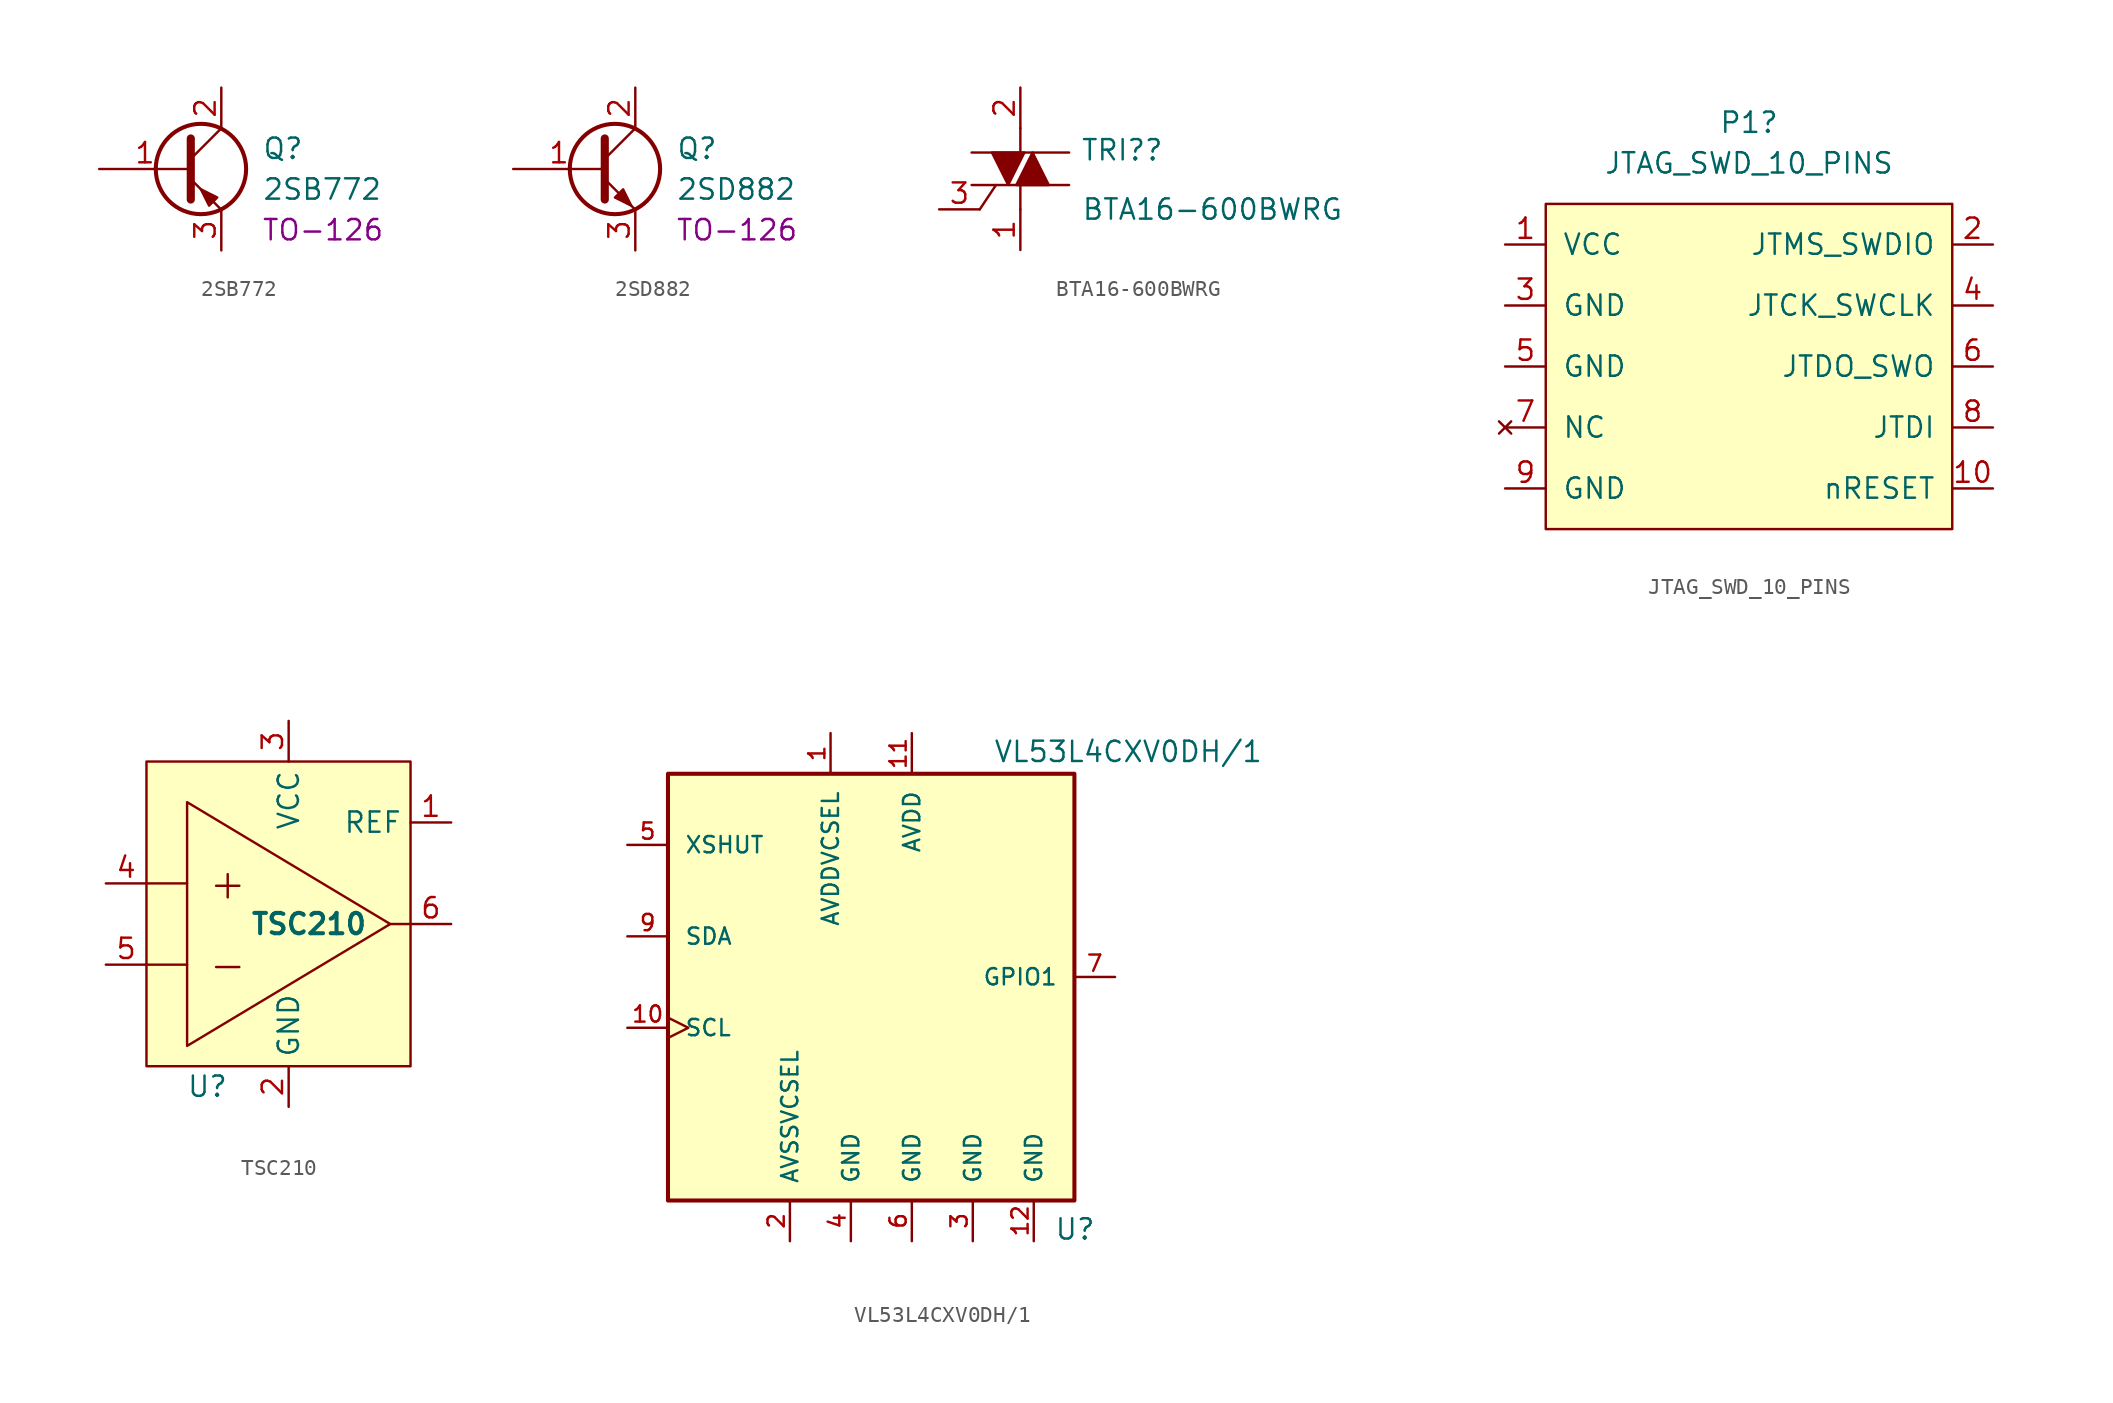
<source format=kicad_sym>
(kicad_symbol_lib
  (version 20220914)
  (generator kicad_symbol_editor)
  (symbol "2SB772"
    (pin_names
      (offset 0) hide)
    (property "Reference" "Q"
      (at 5.08 1.27 0)
      (effects (font (size 1.27 1.27)) (justify left)))
    (property "Value" "2SB772"
      (at 5.08 -1.27 0)
      (effects (font (size 1.27 1.27)) (justify left)))
    (property "Package" "TO-126"
      (at 8.89 -3.81 0)
      (effects (font (size 1.27 1.27))))
    (symbol "2SB772_0_1"
      (polyline (pts (xy 0.635 0.635) (xy 2.54 2.54)) (stroke (width 0) (type default)) (fill (type none)))
      (polyline (pts (xy 0.635 -0.635) (xy 2.54 -2.54) (xy 2.54 -2.54)) (stroke (width 0) (type default)) (fill (type none)))
      (polyline (pts (xy 0.635 1.905) (xy 0.635 -1.905) (xy 0.635 -1.905)) (stroke (width 0.508) (type default)) (fill (type none)))
      (polyline (pts (xy 2.286 -1.778) (xy 1.778 -2.286) (xy 1.27 -1.27) (xy 2.286 -1.778) (xy 2.286 -1.778)) (stroke (width 0) (type default)) (fill (type outline)))
      (circle (center 1.27 0) (radius 2.819) (stroke (width 0.254) (type default)) (fill (type none))))
    (symbol "2SB772_1_1"
      (pin input line (at -5.08 0 0) (length 5.715) (name "B" (effects (font (size 1.27 1.27)))) (number "1" (effects (font (size 1.27 1.27)))))
      (pin passive line (at 2.54 5.08 270) (length 2.54) (name "C" (effects (font (size 1.27 1.27)))) (number "2" (effects (font (size 1.27 1.27)))))
      (pin passive line (at 2.54 -5.08 90) (length 2.54) (name "E" (effects (font (size 1.27 1.27)))) (number "3" (effects (font (size 1.27 1.27)))))))
  (symbol "2SD882"
    (pin_names
      (offset 0) hide)
    (property "Reference" "Q"
      (at 5.08 1.27 0)
      (effects (font (size 1.27 1.27)) (justify left)))
    (property "Value" "2SD882"
      (at 5.08 -1.27 0)
      (effects (font (size 1.27 1.27)) (justify left)))
    (property "Package" "TO-126"
      (at 8.89 -3.81 0)
      (effects (font (size 1.27 1.27))))
    (symbol "2SD882_0_1"
      (polyline (pts (xy 0.635 0.635) (xy 2.54 2.54)) (stroke (width 0) (type default)) (fill (type none)))
      (polyline (pts (xy 0.635 -0.635) (xy 2.54 -2.54) (xy 2.54 -2.54)) (stroke (width 0) (type default)) (fill (type none)))
      (polyline (pts (xy 0.635 1.905) (xy 0.635 -1.905) (xy 0.635 -1.905)) (stroke (width 0.508) (type default)) (fill (type none)))
      (polyline (pts (xy 1.27 -1.778) (xy 1.778 -1.27) (xy 2.286 -2.286) (xy 1.27 -1.778) (xy 1.27 -1.778)) (stroke (width 0) (type default)) (fill (type outline)))
      (circle (center 1.27 0) (radius 2.819) (stroke (width 0.254) (type default)) (fill (type none))))
    (symbol "2SD882_1_1"
      (pin input line (at -5.08 0 0) (length 5.715) (name "B" (effects (font (size 1.27 1.27)))) (number "1" (effects (font (size 1.27 1.27)))))
      (pin passive line (at 2.54 5.08 270) (length 2.54) (name "C" (effects (font (size 1.27 1.27)))) (number "2" (effects (font (size 1.27 1.27)))))
      (pin passive line (at 2.54 -5.08 90) (length 2.54) (name "E" (effects (font (size 1.27 1.27)))) (number "3" (effects (font (size 1.27 1.27)))))))
  (symbol "BTA16-600BWRG"
    (pin_names
      (offset 0) hide)
    (property "Reference" "TRI?"
      (at 3.759 1.168 0)
      (effects (font (size 1.27 1.27)) (justify left)))
    (property "Value" "BTA16-600BWRG"
      (at 3.81 -2.54 0)
      (effects (font (size 1.27 1.27)) (justify left)))
    (symbol "BTA16-600BWRG_0_1"
      (polyline (pts (xy -3.048 1.016) (xy 3.048 1.016)) (stroke (width 0) (type default)) (fill (type none)))
      (polyline (pts (xy -2.54 -2.54) (xy -1.524 -1.016)) (stroke (width 0) (type default)) (fill (type none)))
      (polyline (pts (xy 0 -2.54) (xy 0 -1.016)) (stroke (width 0) (type default)) (fill (type none)))
      (polyline (pts (xy 0 2.54) (xy 0 1.016)) (stroke (width 0) (type default)) (fill (type none)))
      (polyline (pts (xy 3.048 -1.016) (xy -3.048 -1.016)) (stroke (width 0) (type default)) (fill (type none)))
      (polyline (pts (xy -0.762 -1.016) (xy -1.778 1.016) (xy 0.254 1.016) (xy -0.762 -1.016)) (stroke (width 0) (type default)) (fill (type outline)))
      (polyline (pts (xy 0.762 1.016) (xy -0.254 -1.016) (xy 1.778 -1.016) (xy 0.762 1.016)) (stroke (width 0) (type default)) (fill (type outline))))
    (symbol "BTA16-600BWRG_1_1"
      (pin passive line (at 0 -5.08 90) (length 2.54) (name "A1" (effects (font (size 1.27 1.27)))) (number "1" (effects (font (size 1.27 1.27)))))
      (pin passive line (at 0 5.08 270) (length 2.54) (name "A2" (effects (font (size 1.27 1.27)))) (number "2" (effects (font (size 1.27 1.27)))))
      (pin input line (at -5.08 -2.54 0) (length 2.54) (name "G" (effects (font (size 1.27 1.27)))) (number "3" (effects (font (size 1.27 1.27)))))))
  (symbol "JTAG_SWD_10_PINS"
    (pin_names
      (offset 1.016))
    (property "Reference" "P1"
      (at 0 15.24 0)
      (effects (font (size 1.27 1.27))))
    (property "Value" "JTAG_SWD_10_PINS"
      (at 0 12.7 0)
      (effects (font (size 1.27 1.27))))
    (symbol "JTAG_SWD_10_PINS_0_1"
      (rectangle (start -12.7 10.16) (end 12.7 -10.16) (stroke (width 0) (type default)) (fill (type background))))
    (symbol "JTAG_SWD_10_PINS_1_1"
      (pin power_in line (at -15.24 7.62 0) (length 2.54) (name "VCC" (effects (font (size 1.27 1.27)))) (number "1" (effects (font (size 1.27 1.27)))))
      (pin bidirectional line (at 15.24 -7.62 180) (length 2.54) (name "nRESET" (effects (font (size 1.27 1.27)))) (number "10" (effects (font (size 1.27 1.27)))))
      (pin bidirectional line (at 15.24 7.62 180) (length 2.54) (name "JTMS_SWDIO" (effects (font (size 1.27 1.27)))) (number "2" (effects (font (size 1.27 1.27)))))
      (pin power_in line (at -15.24 3.81 0) (length 2.54) (name "GND" (effects (font (size 1.27 1.27)))) (number "3" (effects (font (size 1.27 1.27)))))
      (pin input line (at 15.24 3.81 180) (length 2.54) (name "JTCK_SWCLK" (effects (font (size 1.27 1.27)))) (number "4" (effects (font (size 1.27 1.27)))))
      (pin power_in line (at -15.24 0 0) (length 2.54) (name "GND" (effects (font (size 1.27 1.27)))) (number "5" (effects (font (size 1.27 1.27)))))
      (pin output line (at 15.24 0 180) (length 2.54) (name "JTDO_SWO" (effects (font (size 1.27 1.27)))) (number "6" (effects (font (size 1.27 1.27)))))
      (pin no_connect line (at -15.24 -3.81 0) (length 2.54) (name "NC" (effects (font (size 1.27 1.27)))) (number "7" (effects (font (size 1.27 1.27)))))
      (pin input line (at 15.24 -3.81 180) (length 2.54) (name "JTDI" (effects (font (size 1.27 1.27)))) (number "8" (effects (font (size 1.27 1.27)))))
      (pin power_in line (at -15.24 -7.62 0) (length 2.54) (name "GND" (effects (font (size 1.27 1.27)))) (number "9" (effects (font (size 1.27 1.27)))))))
  (symbol "TSC210"
    (property "Reference" "U"
      (at -3.81 -10.16 0)
      (effects (font (size 1.27 1.27))))
    (property "Value" "TSC210"
      (at 2.54 0 0)
      (effects (font (size 1.27 1.27) bold)))
    (property "MPN" ""
      (at 0 0 0)
      (effects (font (size 1.27 1.27))))
    (property "JLC_MPN" ""
      (at 0 0 0)
      (effects (font (size 1.27 1.27))))
    (symbol "TSC210_0_0"
      (polyline (pts (xy 8.89 0) (xy 7.62 0)) (stroke (width 0) (type default)) (fill (type none)))
      (text "+" (at -2.54 2.54 0) (effects (font (size 1.905 1.905))))
      (text "-" (at -2.54 -2.54 0) (effects (font (size 1.905 1.905)))))
    (symbol "TSC210_0_1"
      (rectangle (start -7.62 10.16) (end 8.89 -8.89) (stroke (width 0) (type default)) (fill (type background)))
      (polyline (pts (xy -7.62 -2.54) (xy -5.08 -2.54)) (stroke (width 0) (type default)) (fill (type none)))
      (polyline (pts (xy -7.62 2.54) (xy -5.08 2.54)) (stroke (width 0) (type default)) (fill (type none)))
      (polyline (pts (xy -5.08 7.62) (xy -5.08 -6.35) (xy -5.08 -7.62) (xy 7.62 0) (xy -5.08 7.62)) (stroke (width 0) (type default)) (fill (type background))))
    (symbol "TSC210_1_1"
      (pin passive line (at 11.43 6.35 180) (length 2.54) (name "REF" (effects (font (size 1.27 1.27)))) (number "1" (effects (font (size 1.27 1.27)))))
      (pin passive line (at 1.27 -11.43 90) (length 2.54) (name "GND" (effects (font (size 1.27 1.27)))) (number "2" (effects (font (size 1.27 1.27)))))
      (pin passive line (at 1.27 12.7 270) (length 2.54) (name "VCC" (effects (font (size 1.27 1.27)))) (number "3" (effects (font (size 1.27 1.27)))))
      (pin passive line (at -10.16 2.54 0) (length 2.54) (name "" (effects (font (size 1.27 1.27)))) (number "4" (effects (font (size 1.27 1.27)))))
      (pin passive line (at -10.16 -2.54 0) (length 2.54) (name "" (effects (font (size 1.27 1.27)))) (number "5" (effects (font (size 1.27 1.27)))))
      (pin passive line (at 11.43 0 180) (length 2.54) (name "" (effects (font (size 1.27 1.27)))) (number "6" (effects (font (size 1.27 1.27)))))))
  (symbol "VL53L4CXV0DH/1"
    (pin_names
      (offset 1.016))
    (property "Reference" "U"
      (at 11.43 -16.51 0)
      (effects (font (size 1.27 1.27)) (justify left bottom)))
    (property "Value" "VL53L4CXV0DH/1"
      (at 7.62 13.335 0)
      (effects (font (size 1.27 1.27)) (justify left bottom)))
    (symbol "VL53L4CXV0DH/1_0_0"
      (rectangle (start -12.7 12.7) (end 12.7 -13.97) (stroke (width 0.254) (type default)) (fill (type background))))
    (symbol "VL53L4CXV0DH/1_1_0"
      (pin power_in line (at -2.54 15.24 270) (length 2.54) (name "AVDDVCSEL" (effects (font (size 1.016 1.016)))) (number "1" (effects (font (size 1.016 1.016)))))
      (pin input clock (at -15.24 -3.175 0) (length 2.54) (name "SCL" (effects (font (size 1.016 1.016)))) (number "10" (effects (font (size 1.016 1.016)))))
      (pin power_in line (at 2.54 15.24 270) (length 2.54) (name "AVDD" (effects (font (size 1.016 1.016)))) (number "11" (effects (font (size 1.016 1.016)))))
      (pin power_in line (at 10.16 -16.51 90) (length 2.54) (name "GND" (effects (font (size 1.016 1.016)))) (number "12" (effects (font (size 1.016 1.016)))))
      (pin passive line (at -5.08 -16.51 90) (length 2.54) (name "AVSSVCSEL" (effects (font (size 1.016 1.016)))) (number "2" (effects (font (size 1.016 1.016)))))
      (pin power_in line (at 6.35 -16.51 90) (length 2.54) (name "GND" (effects (font (size 1.016 1.016)))) (number "3" (effects (font (size 1.016 1.016)))))
      (pin power_in line (at -1.27 -16.51 90) (length 2.54) (name "GND" (effects (font (size 1.016 1.016)))) (number "4" (effects (font (size 1.016 1.016)))))
      (pin input line (at -15.24 8.255 0) (length 2.54) (name "XSHUT" (effects (font (size 1.016 1.016)))) (number "5" (effects (font (size 1.016 1.016)))))
      (pin power_in line (at 2.54 -16.51 90) (length 2.54) (name "GND" (effects (font (size 1.016 1.016)))) (number "6" (effects (font (size 1.016 1.016)))))
      (pin output line (at 15.24 0 180) (length 2.54) (name "GPIO1" (effects (font (size 1.016 1.016)))) (number "7" (effects (font (size 1.016 1.016)))))
      (pin no_connect line (at 15.24 6.985 180) (length 2.54) hide (name "NC" (effects (font (size 1.016 1.016)))) (number "8" (effects (font (size 1.016 1.016)))))
      (pin bidirectional line (at -15.24 2.54 0) (length 2.54) (name "SDA" (effects (font (size 1.016 1.016)))) (number "9" (effects (font (size 1.016 1.016))))))))
</source>
